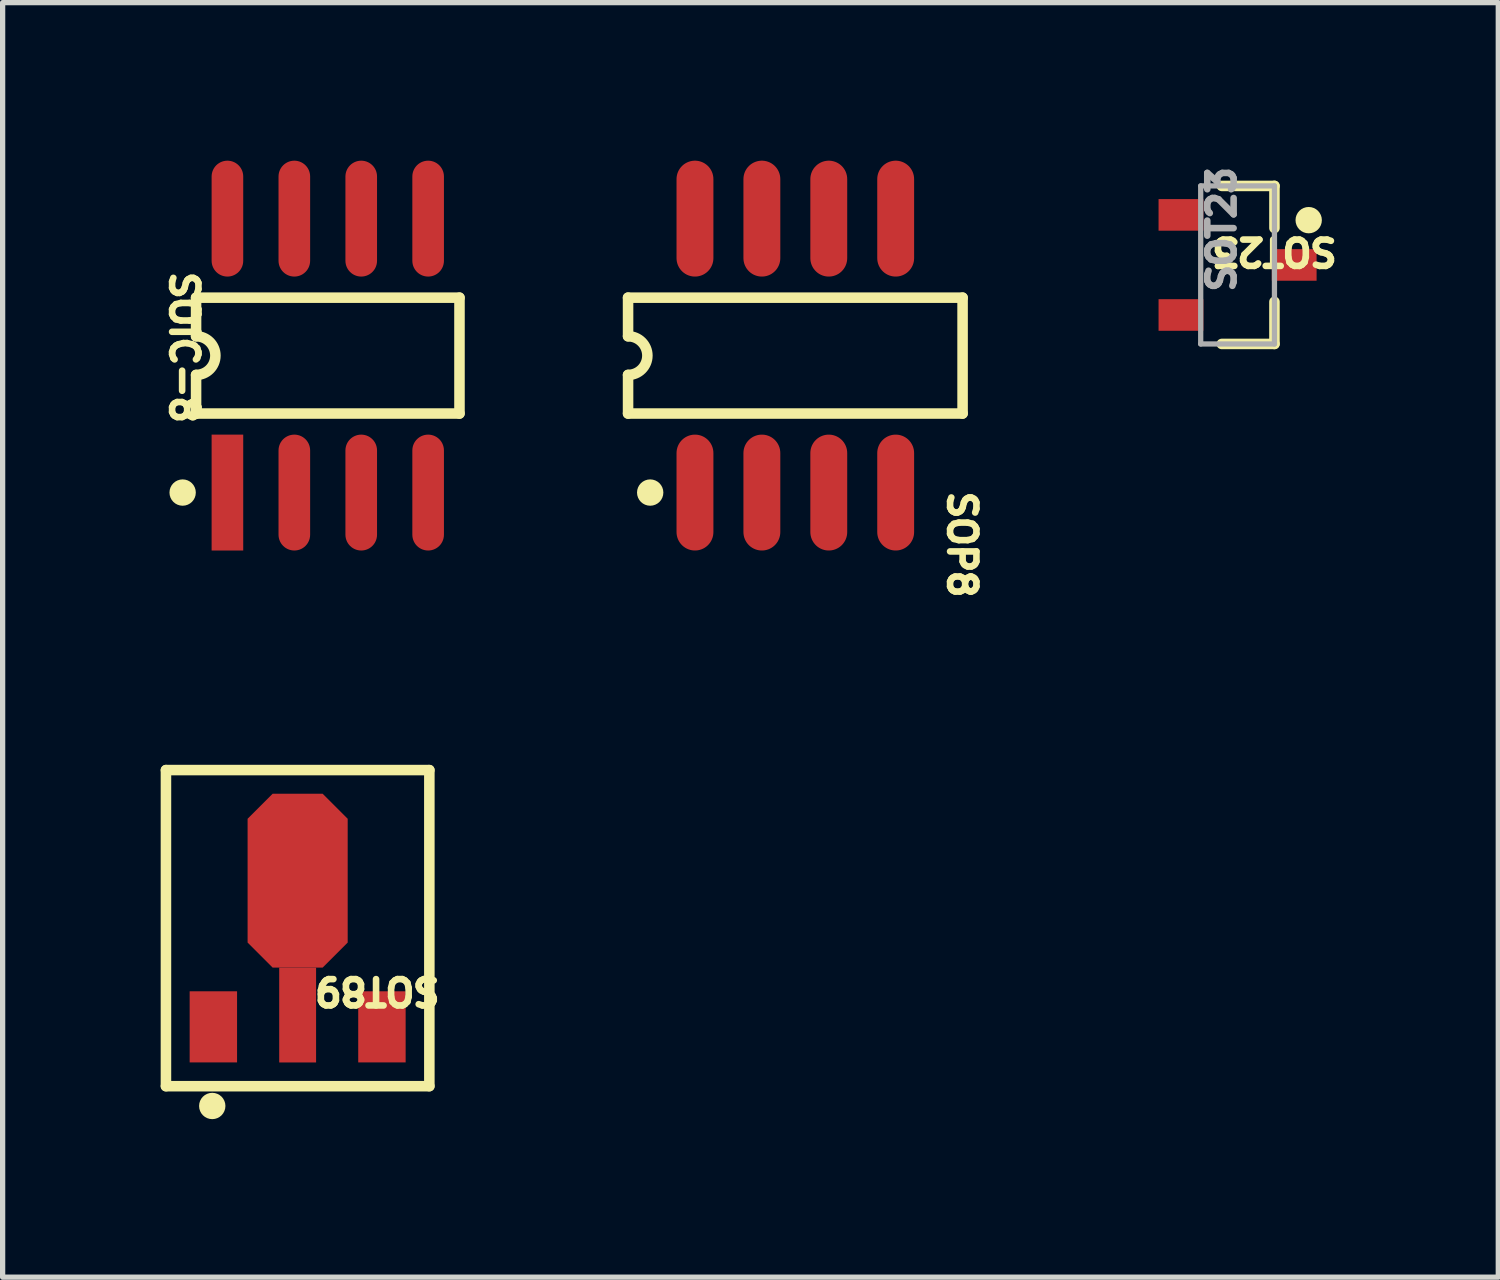
<source format=kicad_pcb>
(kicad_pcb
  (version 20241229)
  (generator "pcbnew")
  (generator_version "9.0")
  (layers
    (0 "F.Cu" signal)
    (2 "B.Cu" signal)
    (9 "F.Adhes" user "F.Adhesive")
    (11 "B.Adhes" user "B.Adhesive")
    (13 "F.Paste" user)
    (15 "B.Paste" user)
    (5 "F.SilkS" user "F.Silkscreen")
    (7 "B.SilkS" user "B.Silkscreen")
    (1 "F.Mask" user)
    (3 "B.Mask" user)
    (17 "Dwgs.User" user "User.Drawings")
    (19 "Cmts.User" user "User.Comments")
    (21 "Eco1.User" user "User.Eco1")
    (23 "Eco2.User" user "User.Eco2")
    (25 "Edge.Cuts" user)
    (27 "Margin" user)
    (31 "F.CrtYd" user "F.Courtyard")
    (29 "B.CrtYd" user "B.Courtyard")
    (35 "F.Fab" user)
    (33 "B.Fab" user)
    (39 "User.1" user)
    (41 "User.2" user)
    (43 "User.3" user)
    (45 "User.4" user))
  (footprint "SOP8"
    (layer "F.Cu")
    (at 12.047 3.7)
    (property "Reference" "SOP8" (at 2.87 2.516 270) (unlocked yes) (layer "F.SilkS") (effects (font (size 0.5 0.5) (thickness 0.254)) (justify left bottom)))
    (fp_line (start -3.175 -1.1) (end -3.175 -0.367) (stroke (width 0.2) (type solid)) (layer "F.SilkS"))
    (fp_line (start -3.175 -1.1) (end 3.175 -1.1) (stroke (width 0.2) (type solid)) (layer "F.SilkS"))
    (fp_line (start -3.175 0.367) (end -3.175 1.1) (stroke (width 0.2) (type solid)) (layer "F.SilkS"))
    (fp_line (start -3.175 1.1) (end 3.175 1.1) (stroke (width 0.2) (type solid)) (layer "F.SilkS"))
    (fp_line (start 3.175 -1.1) (end 3.175 1.1) (stroke (width 0.2) (type solid)) (layer "F.SilkS"))
    (fp_arc (start -3.175 -0.366674) (mid -2.808326 0) (end -3.175 0.366674) (stroke (width 0.2) (type solid)) (layer "F.SilkS"))
    (fp_circle (center -2.755 2.6) (end -2.63 2.6) (stroke (width 0.25) (type solid)) (fill no) (layer "F.SilkS"))
    (pad "1" smd oval (at -1.905 2.6 90) (size 2.2 0.7) (layers "F.Cu" "F.Mask" "F.Paste"))
    (pad "2" smd oval (at -0.635 2.6 90) (size 2.2 0.7) (layers "F.Cu" "F.Mask" "F.Paste"))
    (pad "3" smd oval (at 0.635 2.6 90) (size 2.2 0.7) (layers "F.Cu" "F.Mask" "F.Paste"))
    (pad "4" smd oval (at 1.905 2.6 90) (size 2.2 0.7) (layers "F.Cu" "F.Mask" "F.Paste"))
    (pad "5" smd oval (at 1.905 -2.6 90) (size 2.2 0.7) (layers "F.Cu" "F.Mask" "F.Paste"))
    (pad "6" smd oval (at 0.635 -2.6 90) (size 2.2 0.7) (layers "F.Cu" "F.Mask" "F.Paste"))
    (pad "7" smd oval (at -0.635 -2.6 90) (size 2.2 0.7) (layers "F.Cu" "F.Mask" "F.Paste"))
    (pad "8" smd oval (at -1.905 -2.6 90) (size 2.2 0.7) (layers "F.Cu" "F.Mask" "F.Paste")))
  (footprint "SOIC-8"
    (layer "F.Cu")
    (at 3.172 3.7)
    (property "Reference" "SOIC-8" (at -3.023 -1.653 270) (unlocked yes) (layer "F.SilkS") (effects (font (size 0.5 0.5) (thickness 0.254)) (justify left bottom)))
    (fp_line (start -2.5 -0.367) (end -2.5 -1.1) (stroke (width 0.2) (type solid)) (layer "F.SilkS"))
    (fp_line (start -2.5 1.1) (end -2.5 0.367) (stroke (width 0.2) (type solid)) (layer "F.SilkS"))
    (fp_line (start 2.5 -1.1) (end -2.5 -1.1) (stroke (width 0.2) (type solid)) (layer "F.SilkS"))
    (fp_line (start 2.5 1.1) (end -2.5 1.1) (stroke (width 0.2) (type solid)) (layer "F.SilkS"))
    (fp_line (start 2.5 1.1) (end 2.5 -1.1) (stroke (width 0.2) (type solid)) (layer "F.SilkS"))
    (fp_arc (start -2.499995 -0.366674) (mid -2.133321 0) (end -2.499995 0.366674) (stroke (width 0.2) (type solid)) (layer "F.SilkS"))
    (fp_circle (center -2.755 2.6) (end -2.755 2.475) (stroke (width 0.25) (type solid)) (fill no) (layer "F.SilkS"))
    (pad "1" smd rect (at -1.905 2.6 270) (size 2.2 0.6) (layers "F.Cu" "F.Mask" "F.Paste"))
    (pad "2" smd oval (at -0.635 2.6 270) (size 2.2 0.6) (layers "F.Cu" "F.Mask" "F.Paste"))
    (pad "3" smd oval (at 0.635 2.6 270) (size 2.2 0.6) (layers "F.Cu" "F.Mask" "F.Paste"))
    (pad "4" smd oval (at 1.905 2.6 270) (size 2.2 0.6) (layers "F.Cu" "F.Mask" "F.Paste"))
    (pad "5" smd oval (at 1.905 -2.6 270) (size 2.2 0.6) (layers "F.Cu" "F.Mask" "F.Paste"))
    (pad "6" smd oval (at 0.635 -2.6 270) (size 2.2 0.6) (layers "F.Cu" "F.Mask" "F.Paste"))
    (pad "7" smd oval (at -0.635 -2.6 270) (size 2.2 0.6) (layers "F.Cu" "F.Mask" "F.Paste"))
    (pad "8" smd oval (at -1.905 -2.6 270) (size 2.2 0.6) (layers "F.Cu" "F.Mask" "F.Paste")))
  (footprint "SOT89"
    (layer "F.Cu")
    (at 2.6 15.055)
    (property "Reference" "SOT89" (at 2.761 0.413 180) (unlocked yes) (layer "F.SilkS") (effects (font (size 0.5 0.5) (thickness 0.254)) (justify left bottom)))
    (fp_line (start -2.5 2.513) (end -2.5 -3.487) (stroke (width 0.2) (type solid)) (layer "F.SilkS"))
    (fp_line (start 2.5 -3.487) (end -2.5 -3.487) (stroke (width 0.2) (type solid)) (layer "F.SilkS"))
    (fp_line (start 2.5 2.513) (end -2.5 2.513) (stroke (width 0.2) (type solid)) (layer "F.SilkS"))
    (fp_line (start 2.5 2.513) (end 2.5 -3.487) (stroke (width 0.2) (type solid)) (layer "F.SilkS"))
    (fp_circle (center -1.621 2.889) (end -1.621 2.764) (stroke (width 0.25) (type solid)) (fill no) (layer "F.SilkS"))
    (pad "1" smd rect (at -1.6 1.387 180) (size 0.9 1.35) (layers "F.Cu" "F.Mask" "F.Paste"))
    (pad "2" smd roundrect (at 0 -1.388 180) (size 1.9 3.3) (layers "F.Cu" "F.Mask" "F.Paste") (roundrect_rratio 0.25) (chamfer_ratio 0.25) (chamfer top_left top_right bottom_left bottom_right))
    (pad "2" smd rect (at 0 1.163 180) (size 0.7 1.8) (layers "F.Cu" "F.Mask" "F.Paste"))
    (pad "3" smd rect (at 1.6 1.387 180) (size 0.9 1.35) (layers "F.Cu" "F.Mask" "F.Paste")))
  (footprint "SOT23"
    (layer "F.Cu")
    (at 20.442 1.979)
    (property "Reference" "SOT23" (at 1.949 -0.549 180) (unlocked yes) (layer "F.SilkS") (effects (font (size 0.5 0.5) (thickness 0.254)) (justify left bottom)))
    (fp_line (start 0.7 -1.5) (end -0.3 -1.5) (stroke (width 0.2) (type solid)) (layer "F.SilkS"))
    (fp_line (start 0.7 -0.7) (end 0.7 -1.5) (stroke (width 0.2) (type solid)) (layer "F.SilkS"))
    (fp_line (start 0.7 1.5) (end -0.3 1.5) (stroke (width 0.2) (type solid)) (layer "F.SilkS"))
    (fp_line (start 0.7 1.5) (end 0.7 0.7) (stroke (width 0.2) (type solid)) (layer "F.SilkS"))
    (fp_circle (center 1.35 -0.85) (end 1.35 -0.975) (stroke (width 0.25) (type solid)) (fill no) (layer "F.SilkS"))
    (fp_line (start -1.6 1.6) (end -1.6 -1.6) (stroke (width 0.1) (type solid)) (layer "Eco1.User"))
    (fp_line (start 0 0.5) (end 0 -0.5) (stroke (width 0.1) (type solid)) (layer "Eco1.User"))
    (fp_line (start 0.5 0) (end -0.5 0) (stroke (width 0.1) (type solid)) (layer "Eco1.User"))
    (fp_line (start 1.6 -1.6) (end -1.6 -1.6) (stroke (width 0.1) (type solid)) (layer "Eco1.User"))
    (fp_line (start 1.6 1.6) (end -1.6 1.6) (stroke (width 0.1) (type solid)) (layer "Eco1.User"))
    (fp_line (start 1.6 1.6) (end 1.6 -1.6) (stroke (width 0.1) (type solid)) (layer "Eco1.User"))
    (fp_line (start -0.7 1.5) (end -0.7 -1.5) (stroke (width 0.1) (type solid)) (layer "F.Fab"))
    (fp_line (start 0.7 -1.5) (end -0.7 -1.5) (stroke (width 0.1) (type solid)) (layer "F.Fab"))
    (fp_line (start 0.7 1.5) (end -0.7 1.5) (stroke (width 0.1) (type solid)) (layer "F.Fab"))
    (fp_line (start 0.7 1.5) (end 0.7 -1.5) (stroke (width 0.1) (type solid)) (layer "F.Fab"))
    (fp_text user "${REFERENCE}" (at -0.3 -0.675 90) (unlocked yes) (layer "F.Fab") (effects (font (size 0.5 0.5) (thickness 0.254))))
    (pad "1" smd rect (at 1.075 0 270) (size 0.6 0.85) (layers "F.Cu" "F.Mask" "F.Paste"))
    (pad "2" smd rect (at -1.075 0.95 270) (size 0.6 0.85) (layers "F.Cu" "F.Mask" "F.Paste"))
    (pad "3" smd rect (at -1.075 -0.95 270) (size 0.6 0.85) (layers "F.Cu" "F.Mask" "F.Paste")))
  (gr_rect
    (start -3 -3)
    (end 25.391 21.194)
    (stroke (width 0.1) (type default))
    (fill no)
    (layer "Edge.Cuts")))
</source>
